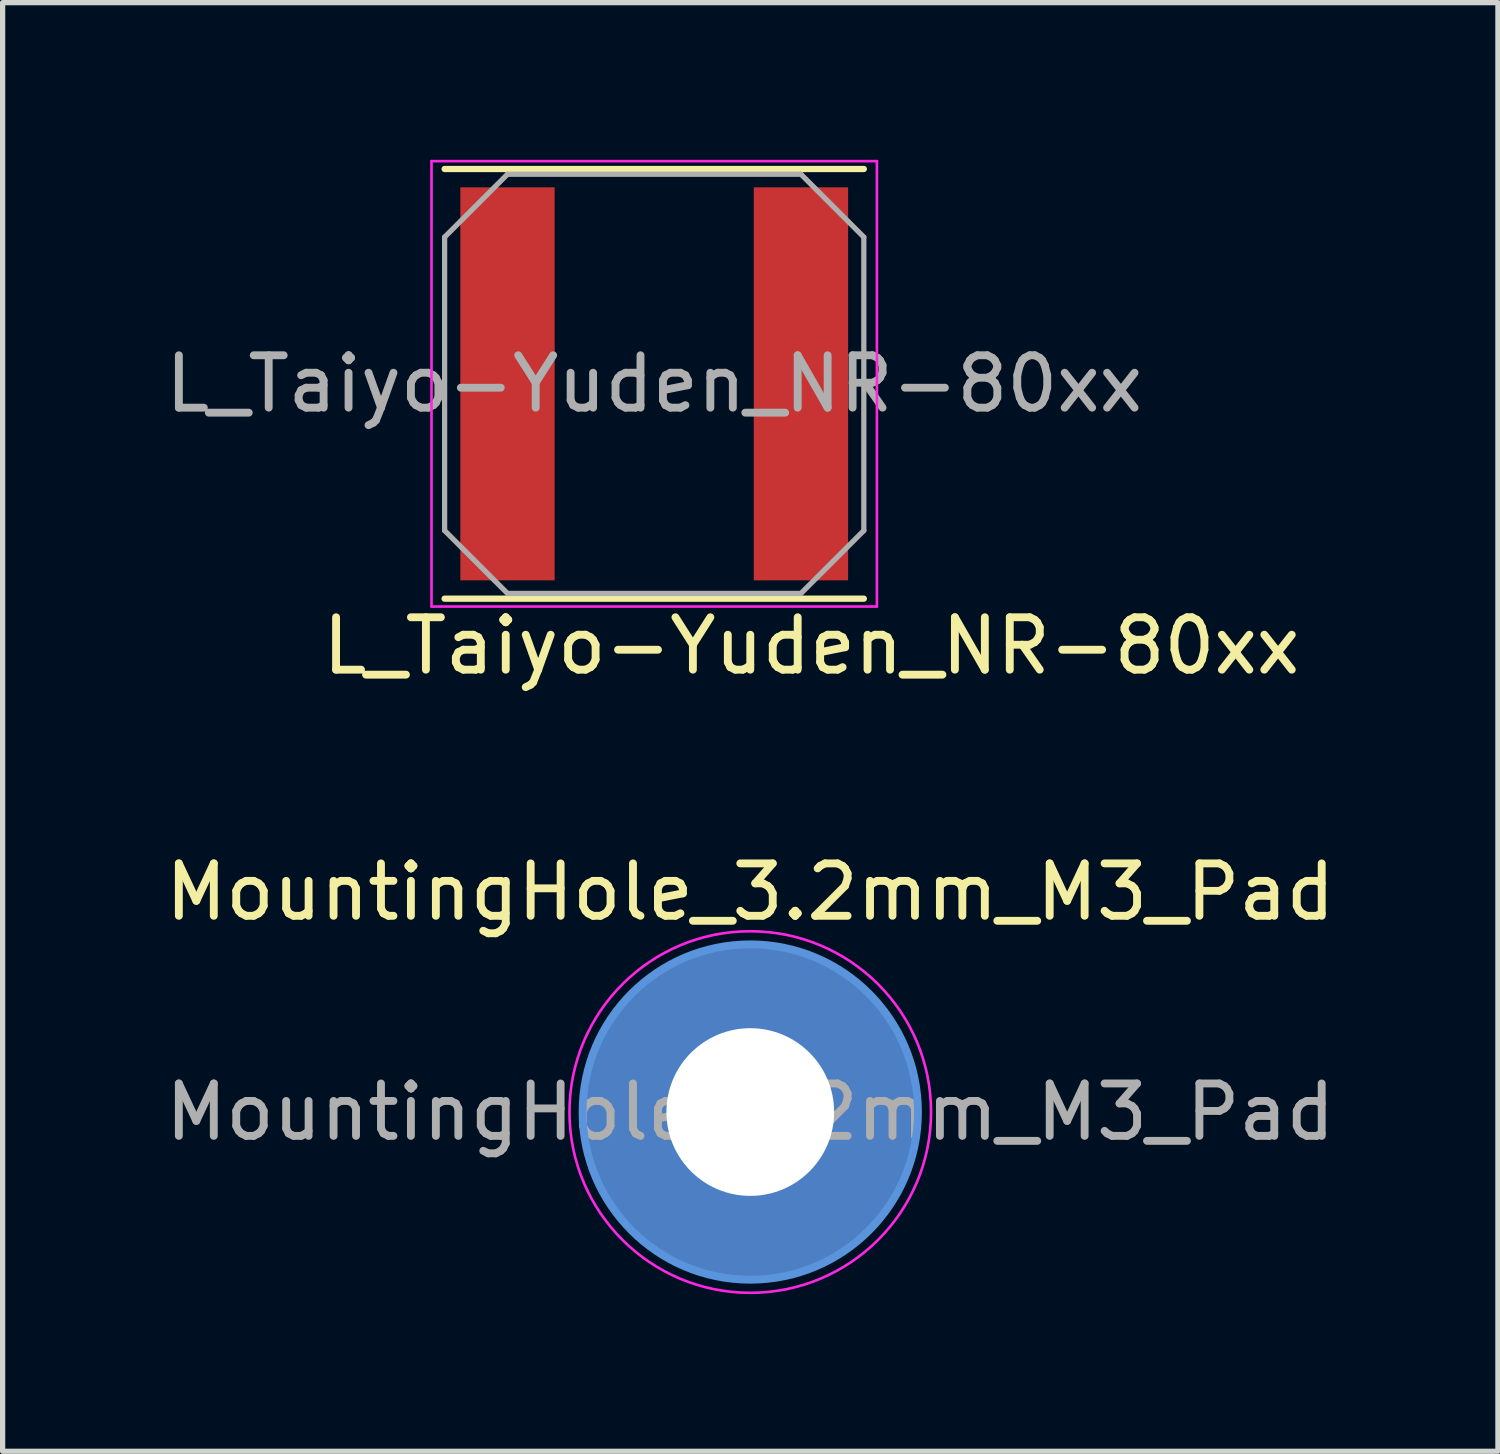
<source format=kicad_pcb>
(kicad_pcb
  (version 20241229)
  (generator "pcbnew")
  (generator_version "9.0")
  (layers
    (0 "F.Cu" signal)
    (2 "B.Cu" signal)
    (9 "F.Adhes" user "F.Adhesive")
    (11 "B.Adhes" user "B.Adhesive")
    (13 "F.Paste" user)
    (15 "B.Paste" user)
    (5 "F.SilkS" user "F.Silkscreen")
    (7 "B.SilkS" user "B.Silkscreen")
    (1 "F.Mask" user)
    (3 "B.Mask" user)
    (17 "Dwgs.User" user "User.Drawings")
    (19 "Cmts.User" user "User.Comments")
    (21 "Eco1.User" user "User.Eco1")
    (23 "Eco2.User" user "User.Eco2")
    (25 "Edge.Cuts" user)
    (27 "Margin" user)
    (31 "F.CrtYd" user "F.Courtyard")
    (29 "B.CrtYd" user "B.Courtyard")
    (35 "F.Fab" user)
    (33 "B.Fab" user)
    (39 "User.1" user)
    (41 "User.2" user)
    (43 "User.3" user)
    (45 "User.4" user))
  (footprint "L_Taiyo-Yuden_NR-80xx"
    (layer "F.Cu")
    (at 9.435 4.275)
    (property "Reference" "L_Taiyo-Yuden_NR-80xx" (at 3 5 0) (layer "F.SilkS") (effects (font (size 1 1) (thickness 0.15))))
    (attr smd)
    (fp_line (start -4 -4.1) (end 4 -4.1) (stroke (width 0.12) (type solid)) (layer "F.SilkS"))
    (fp_line (start -4 4.1) (end 4 4.1) (stroke (width 0.12) (type solid)) (layer "F.SilkS"))
    (fp_line (start -4.25 -4.25) (end -4.25 4.25) (stroke (width 0.05) (type solid)) (layer "F.CrtYd"))
    (fp_line (start -4.25 4.25) (end 4.25 4.25) (stroke (width 0.05) (type solid)) (layer "F.CrtYd"))
    (fp_line (start 4.25 -4.25) (end -4.25 -4.25) (stroke (width 0.05) (type solid)) (layer "F.CrtYd"))
    (fp_line (start 4.25 4.25) (end 4.25 -4.25) (stroke (width 0.05) (type solid)) (layer "F.CrtYd"))
    (fp_line (start -4 -2.8) (end -2.8 -4) (stroke (width 0.1) (type solid)) (layer "F.Fab"))
    (fp_line (start -4 2.8) (end -4 -2.8) (stroke (width 0.1) (type solid)) (layer "F.Fab"))
    (fp_line (start -4 2.8) (end -2.8 4) (stroke (width 0.1) (type solid)) (layer "F.Fab"))
    (fp_line (start -2.8 -4) (end 2.8 -4) (stroke (width 0.1) (type solid)) (layer "F.Fab"))
    (fp_line (start -2.8 4) (end 2.8 4) (stroke (width 0.1) (type solid)) (layer "F.Fab"))
    (fp_line (start 4 -2.8) (end 2.8 -4) (stroke (width 0.1) (type solid)) (layer "F.Fab"))
    (fp_line (start 4 2.8) (end 2.8 4) (stroke (width 0.1) (type solid)) (layer "F.Fab"))
    (fp_line (start 4 2.8) (end 4 -2.8) (stroke (width 0.1) (type solid)) (layer "F.Fab"))
    (fp_text user "${REFERENCE}" (at 0 0 0) (layer "F.Fab") (effects (font (size 1 1) (thickness 0.15))))
    (pad "1" smd rect (at -2.8 0) (size 1.8 7.5) (layers "F.Cu" "F.Mask" "F.Paste"))
    (pad "2" smd rect (at 2.8 0) (size 1.8 7.5) (layers "F.Cu" "F.Mask" "F.Paste")))
  (footprint "MountingHole_3.2mm_M3_Pad"
    (layer "F.Cu")
    (at 11.268 18.172)
    (property "Reference" "MountingHole_3.2mm_M3_Pad" (at 0 -4.2 0) (layer "F.SilkS") (effects (font (size 1 1) (thickness 0.15))))
    (attr exclude_from_pos_files exclude_from_bom)
    (fp_circle (center 0 0) (end 3.2 0) (stroke (width 0.15) (type solid)) (fill no) (layer "Cmts.User"))
    (fp_circle (center 0 0) (end 3.45 0) (stroke (width 0.05) (type solid)) (fill no) (layer "F.CrtYd"))
    (fp_text user "${REFERENCE}" (at 0 0 0) (layer "F.Fab") (effects (font (size 1 1) (thickness 0.15))))
    (pad "1" thru_hole circle (at 0 0) (size 6.4 6.4) (drill 3.2) (layers "*.Cu" "*.Mask")))
  (gr_rect
    (start -3 -3)
    (end 25.536 24.646)
    (stroke (width 0.1) (type default))
    (fill no)
    (layer "Edge.Cuts")))
</source>
